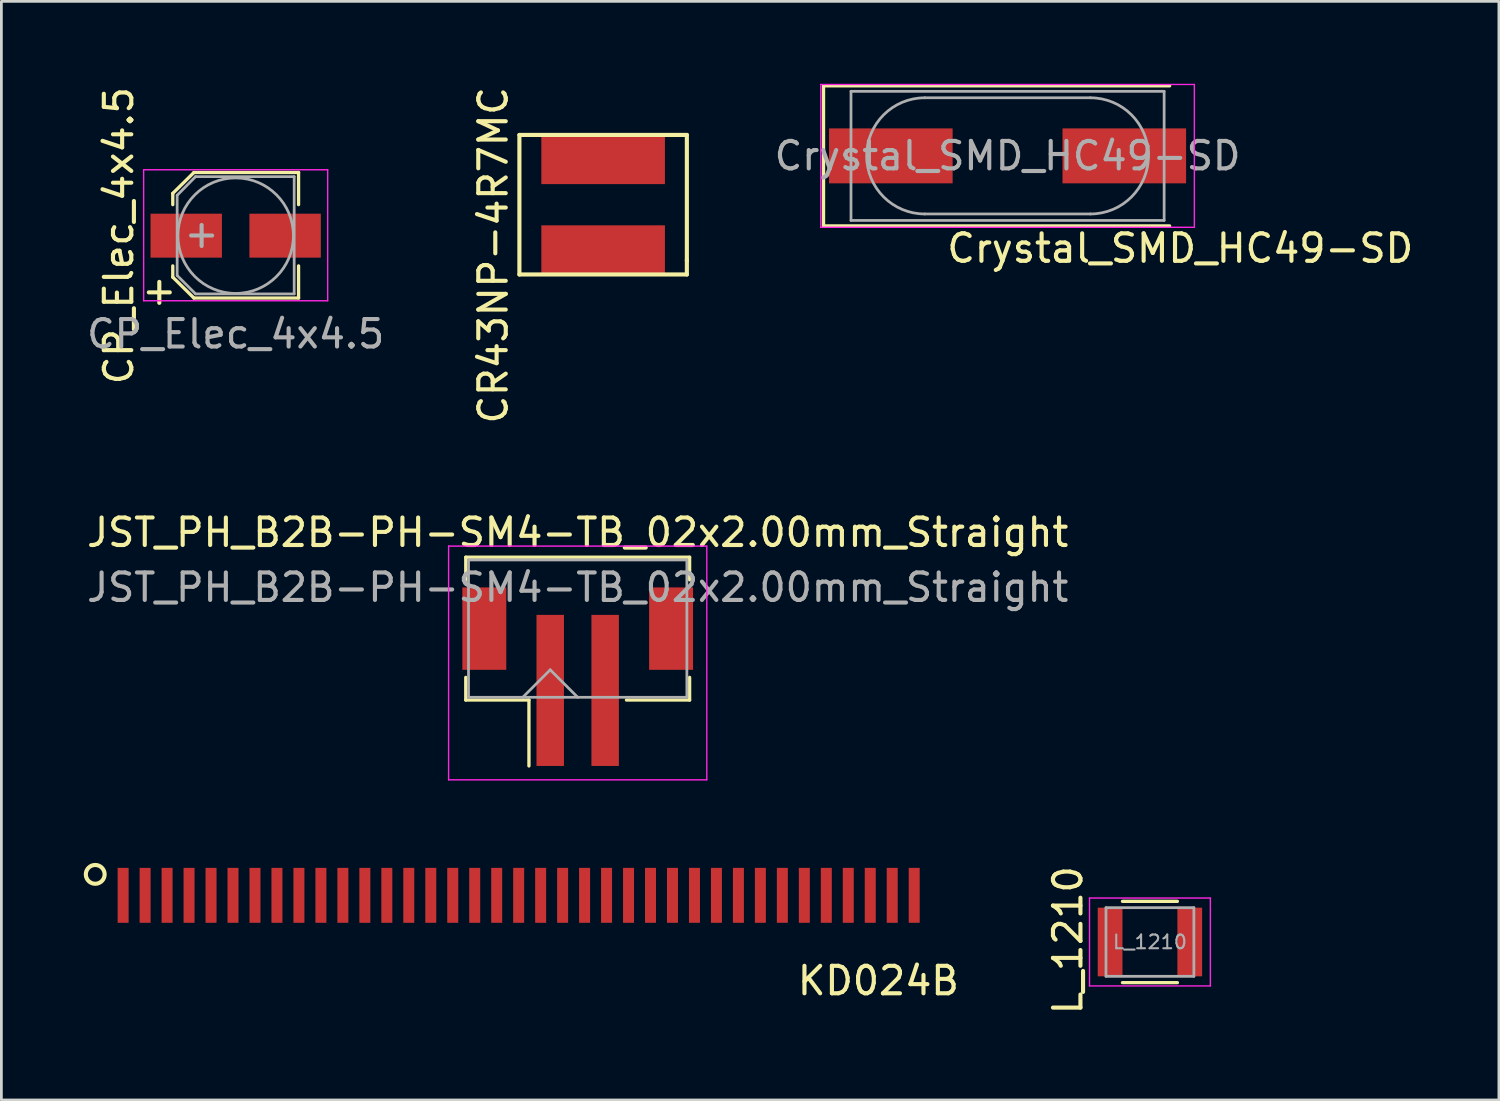
<source format=kicad_pcb>
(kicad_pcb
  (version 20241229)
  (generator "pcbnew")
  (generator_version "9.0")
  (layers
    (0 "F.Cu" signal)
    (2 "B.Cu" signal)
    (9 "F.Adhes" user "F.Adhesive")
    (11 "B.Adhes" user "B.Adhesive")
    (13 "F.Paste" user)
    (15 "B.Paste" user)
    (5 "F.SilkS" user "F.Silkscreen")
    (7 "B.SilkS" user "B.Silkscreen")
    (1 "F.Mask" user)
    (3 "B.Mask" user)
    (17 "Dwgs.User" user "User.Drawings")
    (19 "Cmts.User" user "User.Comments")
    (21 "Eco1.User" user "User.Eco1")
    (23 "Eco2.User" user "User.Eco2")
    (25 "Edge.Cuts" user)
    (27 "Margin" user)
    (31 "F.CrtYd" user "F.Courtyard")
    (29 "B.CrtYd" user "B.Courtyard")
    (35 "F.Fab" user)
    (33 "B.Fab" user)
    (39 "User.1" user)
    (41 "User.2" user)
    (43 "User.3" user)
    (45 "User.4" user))
  (footprint "JST_PH_B2B-PH-SM4-TB_02x2.00mm_Straight"
    (layer "F.Cu")
    (at 17.982 20.961)
    (property "Reference" "JST_PH_B2B-PH-SM4-TB_02x2.00mm_Straight" (at 0 -4.625 0) (layer "F.SilkS") (effects (font (size 1 1) (thickness 0.15))))
    (attr smd)
    (fp_line (start -4.075 -3.725) (end 4.075 -3.725) (stroke (width 0.12) (type solid)) (layer "F.SilkS"))
    (fp_line (start -4.075 -2.9) (end -4.075 -3.725) (stroke (width 0.12) (type solid)) (layer "F.SilkS"))
    (fp_line (start -4.075 0.65) (end -4.075 1.475) (stroke (width 0.12) (type solid)) (layer "F.SilkS"))
    (fp_line (start -4.075 1.475) (end -1.775 1.475) (stroke (width 0.12) (type solid)) (layer "F.SilkS"))
    (fp_line (start -1.775 1.475) (end -1.775 3.875) (stroke (width 0.12) (type solid)) (layer "F.SilkS"))
    (fp_line (start 4.075 -3.725) (end 4.075 -2.9) (stroke (width 0.12) (type solid)) (layer "F.SilkS"))
    (fp_line (start 4.075 0.65) (end 4.075 1.475) (stroke (width 0.12) (type solid)) (layer "F.SilkS"))
    (fp_line (start 4.075 1.475) (end 1.775 1.475) (stroke (width 0.12) (type solid)) (layer "F.SilkS"))
    (fp_line (start -4.7 -4.13) (end -4.7 4.38) (stroke (width 0.05) (type solid)) (layer "F.CrtYd"))
    (fp_line (start -4.7 4.38) (end 4.7 4.38) (stroke (width 0.05) (type solid)) (layer "F.CrtYd"))
    (fp_line (start 4.7 -4.13) (end -4.7 -4.13) (stroke (width 0.05) (type solid)) (layer "F.CrtYd"))
    (fp_line (start 4.7 4.38) (end 4.7 -4.13) (stroke (width 0.05) (type solid)) (layer "F.CrtYd"))
    (fp_line (start -3.975 -3.625) (end -3.975 1.375) (stroke (width 0.1) (type solid)) (layer "F.Fab"))
    (fp_line (start -3.975 1.375) (end 3.975 1.375) (stroke (width 0.1) (type solid)) (layer "F.Fab"))
    (fp_line (start -2 1.375) (end -1 0.375) (stroke (width 0.1) (type solid)) (layer "F.Fab"))
    (fp_line (start -1 0.375) (end 0 1.375) (stroke (width 0.1) (type solid)) (layer "F.Fab"))
    (fp_line (start 3.975 -3.625) (end -3.975 -3.625) (stroke (width 0.1) (type solid)) (layer "F.Fab"))
    (fp_line (start 3.975 1.375) (end 3.975 -3.625) (stroke (width 0.1) (type solid)) (layer "F.Fab"))
    (fp_text user "${REFERENCE}" (at 0 -2.625 0) (layer "F.Fab") (effects (font (size 1 1) (thickness 0.15))))
    (pad "" smd rect (at -3.4 -1.125) (size 1.6 3) (layers "F.Cu" "F.Mask" "F.Paste"))
    (pad "" smd rect (at 3.4 -1.125) (size 1.6 3) (layers "F.Cu" "F.Mask" "F.Paste"))
    (pad "1" smd rect (at -1 1.125) (size 1 5.5) (layers "F.Cu" "F.Mask" "F.Paste"))
    (pad "2" smd rect (at 1 1.125) (size 1 5.5) (layers "F.Cu" "F.Mask" "F.Paste")))
  (footprint "KD024B"
    (layer "F.Cu")
    (at 15.403 29.482)
    (property "Reference" "KD024B" (at 13.525 3.175 0) (layer "F.SilkS") (effects (font (size 1 1) (thickness 0.15))))
    (attr through_hole)
    (fp_circle (center -14.986 -0.699) (end -14.668 -0.826) (stroke (width 0.15) (type solid)) (fill no) (layer "F.SilkS"))
    (pad "1" smd rect (at -13.97 0.064) (size 0.4 2) (layers "F.Cu" "F.Mask" "F.Paste"))
    (pad "2" smd rect (at -13.17 0.064) (size 0.4 2) (layers "F.Cu" "F.Mask" "F.Paste"))
    (pad "3" smd rect (at -12.37 0.064) (size 0.4 2) (layers "F.Cu" "F.Mask" "F.Paste"))
    (pad "4" smd rect (at -11.57 0.064) (size 0.4 2) (layers "F.Cu" "F.Mask" "F.Paste"))
    (pad "5" smd rect (at -10.77 0.064) (size 0.4 2) (layers "F.Cu" "F.Mask" "F.Paste"))
    (pad "6" smd rect (at -9.97 0.064) (size 0.4 2) (layers "F.Cu" "F.Mask" "F.Paste"))
    (pad "7" smd rect (at -9.17 0.064) (size 0.4 2) (layers "F.Cu" "F.Mask" "F.Paste"))
    (pad "8" smd rect (at -8.37 0.064) (size 0.4 2) (layers "F.Cu" "F.Mask" "F.Paste"))
    (pad "9" smd rect (at -7.57 0.064) (size 0.4 2) (layers "F.Cu" "F.Mask" "F.Paste"))
    (pad "10" smd rect (at -6.77 0.064) (size 0.4 2) (layers "F.Cu" "F.Mask" "F.Paste"))
    (pad "11" smd rect (at -5.97 0.064) (size 0.4 2) (layers "F.Cu" "F.Mask" "F.Paste"))
    (pad "12" smd rect (at -5.17 0.064) (size 0.4 2) (layers "F.Cu" "F.Mask" "F.Paste"))
    (pad "13" smd rect (at -4.37 0.064) (size 0.4 2) (layers "F.Cu" "F.Mask" "F.Paste"))
    (pad "14" smd rect (at -3.57 0.064) (size 0.4 2) (layers "F.Cu" "F.Mask" "F.Paste"))
    (pad "15" smd rect (at -2.77 0.064) (size 0.4 2) (layers "F.Cu" "F.Mask" "F.Paste"))
    (pad "16" smd rect (at -1.97 0.064) (size 0.4 2) (layers "F.Cu" "F.Mask" "F.Paste"))
    (pad "17" smd rect (at -1.17 0.064) (size 0.4 2) (layers "F.Cu" "F.Mask" "F.Paste"))
    (pad "18" smd rect (at -0.37 0.064) (size 0.4 2) (layers "F.Cu" "F.Mask" "F.Paste"))
    (pad "19" smd rect (at 0.43 0.064) (size 0.4 2) (layers "F.Cu" "F.Mask" "F.Paste"))
    (pad "20" smd rect (at 1.23 0.064) (size 0.4 2) (layers "F.Cu" "F.Mask" "F.Paste"))
    (pad "21" smd rect (at 2.03 0.064) (size 0.4 2) (layers "F.Cu" "F.Mask" "F.Paste"))
    (pad "22" smd rect (at 2.83 0.064) (size 0.4 2) (layers "F.Cu" "F.Mask" "F.Paste"))
    (pad "23" smd rect (at 3.63 0.064) (size 0.4 2) (layers "F.Cu" "F.Mask" "F.Paste"))
    (pad "24" smd rect (at 4.43 0.064) (size 0.4 2) (layers "F.Cu" "F.Mask" "F.Paste"))
    (pad "25" smd rect (at 5.23 0.064) (size 0.4 2) (layers "F.Cu" "F.Mask" "F.Paste"))
    (pad "26" smd rect (at 6.03 0.064) (size 0.4 2) (layers "F.Cu" "F.Mask" "F.Paste"))
    (pad "27" smd rect (at 6.83 0.064) (size 0.4 2) (layers "F.Cu" "F.Mask" "F.Paste"))
    (pad "28" smd rect (at 7.63 0.064) (size 0.4 2) (layers "F.Cu" "F.Mask" "F.Paste"))
    (pad "29" smd rect (at 8.43 0.064) (size 0.4 2) (layers "F.Cu" "F.Mask" "F.Paste"))
    (pad "30" smd rect (at 9.23 0.064) (size 0.4 2) (layers "F.Cu" "F.Mask" "F.Paste"))
    (pad "31" smd rect (at 10.03 0.064) (size 0.4 2) (layers "F.Cu" "F.Mask" "F.Paste"))
    (pad "32" smd rect (at 10.83 0.064) (size 0.4 2) (layers "F.Cu" "F.Mask" "F.Paste"))
    (pad "33" smd rect (at 11.63 0.064) (size 0.4 2) (layers "F.Cu" "F.Mask" "F.Paste"))
    (pad "34" smd rect (at 12.43 0.064) (size 0.4 2) (layers "F.Cu" "F.Mask" "F.Paste"))
    (pad "35" smd rect (at 13.23 0.064) (size 0.4 2) (layers "F.Cu" "F.Mask" "F.Paste"))
    (pad "36" smd rect (at 14.03 0.064) (size 0.4 2) (layers "F.Cu" "F.Mask" "F.Paste"))
    (pad "37" smd rect (at 14.83 0.064) (size 0.4 2) (layers "F.Cu" "F.Mask" "F.Paste")))
  (footprint "Crystal_SMD_HC49-SD"
    (layer "F.Cu")
    (at 33.632 2.625)
    (property "Reference" "Crystal_SMD_HC49-SD" (at 6.287 3.365 0) (layer "F.SilkS") (effects (font (size 1 1) (thickness 0.15))))
    (attr smd)
    (fp_line (start -6.7 -2.55) (end -6.7 2.55) (stroke (width 0.12) (type solid)) (layer "F.SilkS"))
    (fp_line (start -6.7 2.55) (end 5.9 2.55) (stroke (width 0.12) (type solid)) (layer "F.SilkS"))
    (fp_line (start 5.9 -2.55) (end -6.7 -2.55) (stroke (width 0.12) (type solid)) (layer "F.SilkS"))
    (fp_line (start -6.8 -2.6) (end -6.8 2.6) (stroke (width 0.05) (type solid)) (layer "F.CrtYd"))
    (fp_line (start -6.8 2.6) (end 6.8 2.6) (stroke (width 0.05) (type solid)) (layer "F.CrtYd"))
    (fp_line (start 6.8 -2.6) (end -6.8 -2.6) (stroke (width 0.05) (type solid)) (layer "F.CrtYd"))
    (fp_line (start 6.8 2.6) (end 6.8 -2.6) (stroke (width 0.05) (type solid)) (layer "F.CrtYd"))
    (fp_line (start -5.7 -2.35) (end -5.7 2.35) (stroke (width 0.1) (type solid)) (layer "F.Fab"))
    (fp_line (start -5.7 2.35) (end 5.7 2.35) (stroke (width 0.1) (type solid)) (layer "F.Fab"))
    (fp_line (start -3.015 -2.115) (end 3.015 -2.115) (stroke (width 0.1) (type solid)) (layer "F.Fab"))
    (fp_line (start -3.015 2.115) (end 3.015 2.115) (stroke (width 0.1) (type solid)) (layer "F.Fab"))
    (fp_line (start 5.7 -2.35) (end -5.7 -2.35) (stroke (width 0.1) (type solid)) (layer "F.Fab"))
    (fp_line (start 5.7 2.35) (end 5.7 -2.35) (stroke (width 0.1) (type solid)) (layer "F.Fab"))
    (fp_arc (start -3.015 2.115) (mid -5.13 0) (end -3.015 -2.115) (stroke (width 0.1) (type solid)) (layer "F.Fab"))
    (fp_arc (start 3.015 -2.115) (mid 5.13 0) (end 3.015 2.115) (stroke (width 0.1) (type solid)) (layer "F.Fab"))
    (fp_text user "${REFERENCE}" (at 0 0 0) (layer "F.Fab") (effects (font (size 1 1) (thickness 0.15))))
    (pad "1" smd rect (at -4.25 0) (size 4.5 2) (layers "F.Cu" "F.Mask" "F.Paste"))
    (pad "2" smd rect (at 4.25 0) (size 4.5 2) (layers "F.Cu" "F.Mask" "F.Paste")))
  (footprint "CP_Elec_4x4.5"
    (layer "F.Cu")
    (at 5.53 5.53)
    (property "Reference" "CP_Elec_4x4.5" (at -4.255 0 270) (layer "F.SilkS") (effects (font (size 1 1) (thickness 0.15))))
    (attr smd)
    (fp_line (start -2.29 -1.54) (end -2.29 -1.13) (stroke (width 0.12) (type solid)) (layer "F.SilkS"))
    (fp_line (start -2.29 1.51) (end -2.29 1.1) (stroke (width 0.12) (type solid)) (layer "F.SilkS"))
    (fp_line (start -1.52 -2.3) (end -2.29 -1.54) (stroke (width 0.12) (type solid)) (layer "F.SilkS"))
    (fp_line (start -1.52 -2.3) (end 2.29 -2.3) (stroke (width 0.12) (type solid)) (layer "F.SilkS"))
    (fp_line (start -1.52 2.27) (end -2.29 1.51) (stroke (width 0.12) (type solid)) (layer "F.SilkS"))
    (fp_line (start -1.52 2.27) (end 2.29 2.27) (stroke (width 0.12) (type solid)) (layer "F.SilkS"))
    (fp_line (start 2.29 -2.3) (end 2.29 -1.13) (stroke (width 0.12) (type solid)) (layer "F.SilkS"))
    (fp_line (start 2.29 2.27) (end 2.29 1.1) (stroke (width 0.12) (type solid)) (layer "F.SilkS"))
    (fp_line (start -3.35 -2.4) (end -3.35 2.37) (stroke (width 0.05) (type solid)) (layer "F.CrtYd"))
    (fp_line (start -3.35 -2.4) (end 3.35 -2.4) (stroke (width 0.05) (type solid)) (layer "F.CrtYd"))
    (fp_line (start 3.35 2.37) (end -3.35 2.37) (stroke (width 0.05) (type solid)) (layer "F.CrtYd"))
    (fp_line (start 3.35 2.37) (end 3.35 -2.4) (stroke (width 0.05) (type solid)) (layer "F.CrtYd"))
    (fp_line (start -2.13 -1.47) (end -2.13 1.45) (stroke (width 0.1) (type solid)) (layer "F.Fab"))
    (fp_line (start -2.13 1.45) (end -1.46 2.12) (stroke (width 0.1) (type solid)) (layer "F.Fab"))
    (fp_line (start -1.46 -2.15) (end -2.13 -1.47) (stroke (width 0.1) (type solid)) (layer "F.Fab"))
    (fp_line (start -1.46 2.12) (end 2.13 2.12) (stroke (width 0.1) (type solid)) (layer "F.Fab"))
    (fp_line (start 2.13 -2.15) (end -1.46 -2.15) (stroke (width 0.1) (type solid)) (layer "F.Fab"))
    (fp_line (start 2.13 2.12) (end 2.13 -2.15) (stroke (width 0.1) (type solid)) (layer "F.Fab"))
    (fp_circle (center 0 0) (end 0.1 2.1) (stroke (width 0.1) (type solid)) (fill no) (layer "F.Fab"))
    (fp_text user "+" (at -2.78 1.99 180) (layer "F.SilkS") (effects (font (size 1 1) (thickness 0.15))))
    (fp_text user "${REFERENCE}" (at 0 3.58 180) (layer "F.Fab") (effects (font (size 1 1) (thickness 0.15))))
    (fp_text user "+" (at -1.24 -0.08 0) (layer "F.Fab") (effects (font (size 1 1) (thickness 0.15))))
    (pad "1" smd rect (at -1.8 0 180) (size 2.6 1.6) (layers "F.Cu" "F.Mask" "F.Paste"))
    (pad "2" smd rect (at 1.8 0 180) (size 2.6 1.6) (layers "F.Cu" "F.Mask" "F.Paste")))
  (footprint "L_1210"
    (layer "F.Cu")
    (at 38.815 31.245)
    (property "Reference" "L_1210" (at -2.985 -0.064 90) (layer "F.SilkS") (effects (font (size 1 1) (thickness 0.15))))
    (attr smd)
    (fp_line (start -1 -1.48) (end 1 -1.48) (stroke (width 0.12) (type solid)) (layer "F.SilkS"))
    (fp_line (start 1 1.48) (end -1 1.48) (stroke (width 0.12) (type solid)) (layer "F.SilkS"))
    (fp_line (start -2.2 -1.6) (end -2.2 1.6) (stroke (width 0.05) (type solid)) (layer "F.CrtYd"))
    (fp_line (start -2.2 -1.6) (end 2.2 -1.6) (stroke (width 0.05) (type solid)) (layer "F.CrtYd"))
    (fp_line (start -2.2 1.6) (end 2.2 1.6) (stroke (width 0.05) (type solid)) (layer "F.CrtYd"))
    (fp_line (start 2.2 -1.6) (end 2.2 1.6) (stroke (width 0.05) (type solid)) (layer "F.CrtYd"))
    (fp_line (start -1.6 -1.25) (end 1.6 -1.25) (stroke (width 0.1) (type solid)) (layer "F.Fab"))
    (fp_line (start -1.6 1.25) (end -1.6 -1.25) (stroke (width 0.1) (type solid)) (layer "F.Fab"))
    (fp_line (start 1.6 -1.25) (end 1.6 1.25) (stroke (width 0.1) (type solid)) (layer "F.Fab"))
    (fp_line (start 1.6 1.25) (end -1.6 1.25) (stroke (width 0.1) (type solid)) (layer "F.Fab"))
    (fp_text user "${REFERENCE}" (at 0 0 0) (layer "F.Fab") (effects (font (size 0.5 0.5) (thickness 0.075))))
    (pad "1" smd rect (at -1.45 0) (size 0.9 2.5) (layers "F.Cu" "F.Mask" "F.Paste"))
    (pad "2" smd rect (at 1.45 0) (size 0.9 2.5) (layers "F.Cu" "F.Mask" "F.Paste")))
  (footprint "CR43NP-4R7MC"
    (layer "F.Cu")
    (at 18.908 4.403)
    (property "Reference" "CR43NP-4R7MC" (at -4 1.841 90) (layer "F.SilkS") (effects (font (size 1 1) (thickness 0.15))))
    (attr through_hole)
    (fp_line (start -3.048 -2.54) (end -3.048 2.54) (stroke (width 0.15) (type solid)) (layer "F.SilkS"))
    (fp_line (start -3.048 -2.54) (end 3.048 -2.54) (stroke (width 0.15) (type solid)) (layer "F.SilkS"))
    (fp_line (start -3.048 2.54) (end 3.048 2.54) (stroke (width 0.15) (type solid)) (layer "F.SilkS"))
    (fp_line (start 3.048 -2.54) (end 3.048 2.032) (stroke (width 0.15) (type solid)) (layer "F.SilkS"))
    (fp_line (start 3.048 2.032) (end 3.048 2.54) (stroke (width 0.15) (type solid)) (layer "F.SilkS"))
    (pad "1" smd rect (at 0 -1.625) (size 4.5 1.75) (layers "F.Cu" "F.Mask" "F.Paste"))
    (pad "2" smd rect (at 0 1.625) (size 4.5 1.75) (layers "F.Cu" "F.Mask" "F.Paste")))
  (gr_rect
    (start -3 -3)
    (end 51.52 36.997)
    (stroke (width 0.1) (type default))
    (fill no)
    (layer "Edge.Cuts")))
</source>
